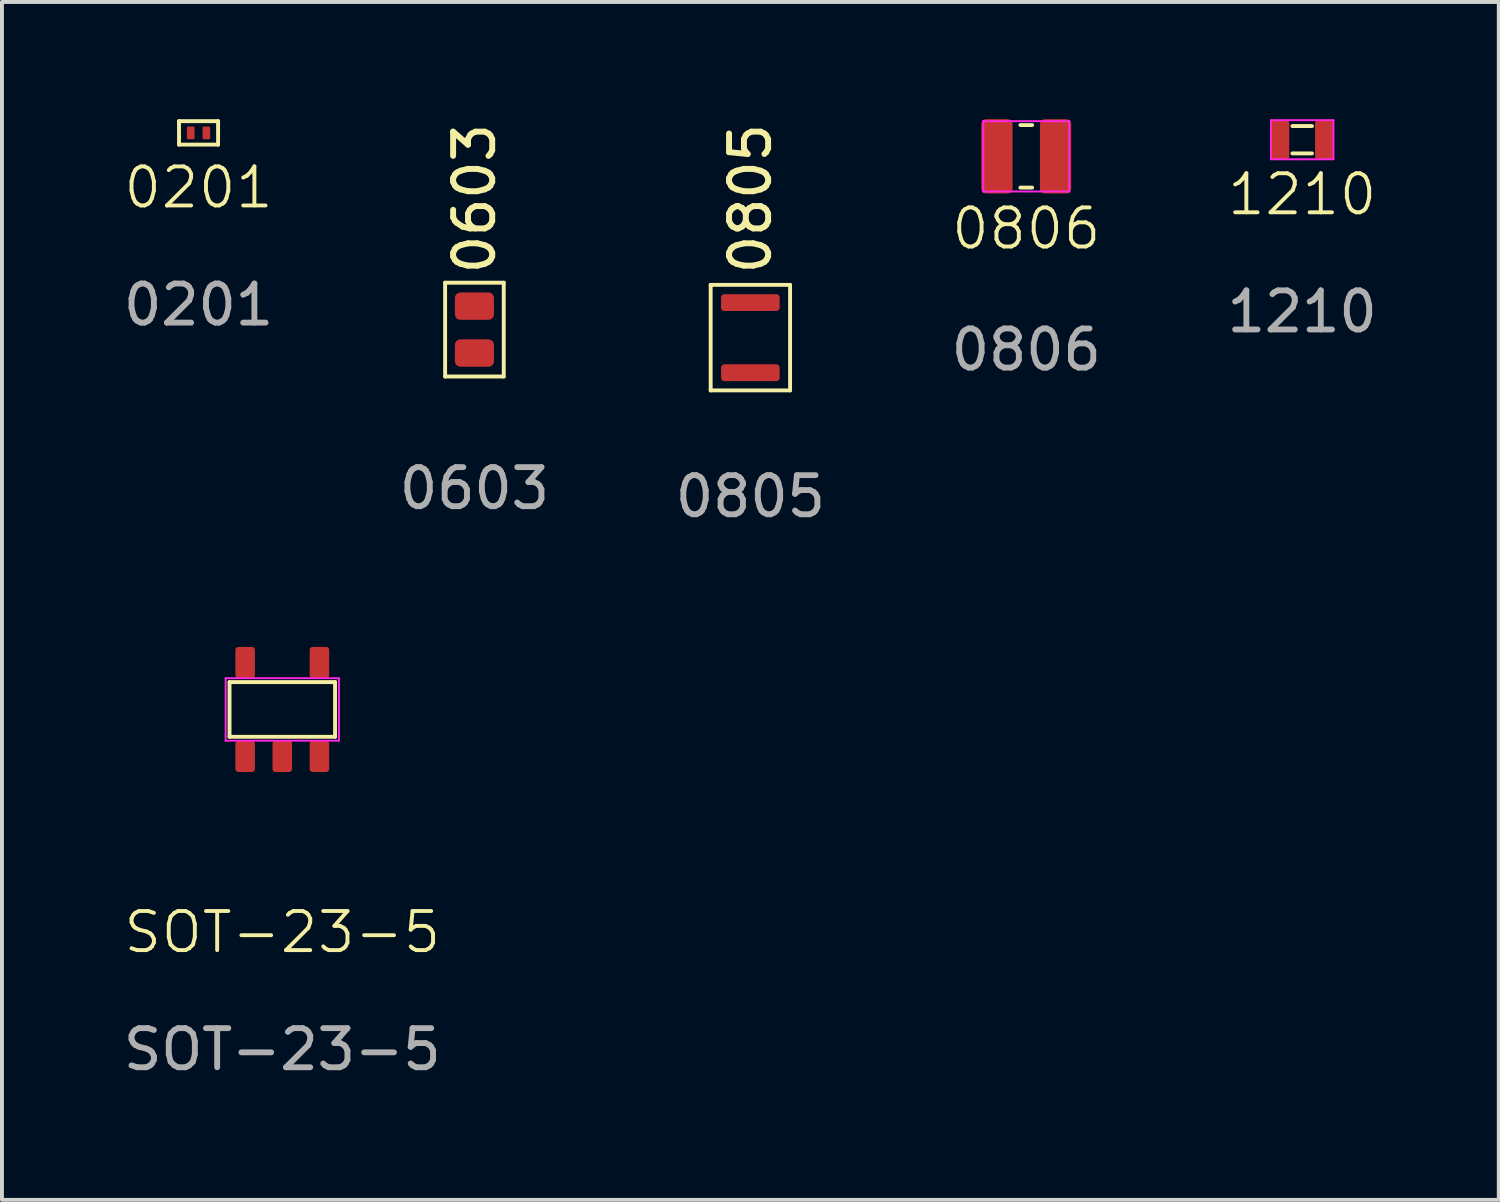
<source format=kicad_pcb>
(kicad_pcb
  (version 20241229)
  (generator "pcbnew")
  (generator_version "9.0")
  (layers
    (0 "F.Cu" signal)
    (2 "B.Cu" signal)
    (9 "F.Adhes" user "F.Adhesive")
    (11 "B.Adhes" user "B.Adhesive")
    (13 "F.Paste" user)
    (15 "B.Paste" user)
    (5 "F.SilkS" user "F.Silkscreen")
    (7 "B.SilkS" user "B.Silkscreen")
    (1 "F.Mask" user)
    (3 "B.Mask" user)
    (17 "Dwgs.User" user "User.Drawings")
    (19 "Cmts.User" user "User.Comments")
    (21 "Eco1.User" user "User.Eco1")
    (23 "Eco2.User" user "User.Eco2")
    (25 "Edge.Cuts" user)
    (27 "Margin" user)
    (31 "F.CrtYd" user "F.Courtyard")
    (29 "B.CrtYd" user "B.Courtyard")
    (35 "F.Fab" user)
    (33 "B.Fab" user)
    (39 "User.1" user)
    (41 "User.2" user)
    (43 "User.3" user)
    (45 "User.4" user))
  (footprint "SOT-23-5"
    (layer "F.Cu")
    (at 4.173 16.302)
    (property "Reference" "SOT-23-5" (at 0 4.5 0) (unlocked yes) (layer "F.SilkS") (effects (font (size 1 1) (thickness 0.1))))
    (attr smd)
    (fp_line (start -1.35 -1.9) (end 1.35 -1.9) (stroke (width 0.1) (type default)) (layer "F.SilkS"))
    (fp_line (start -1.35 -0.5) (end -1.35 -1.9) (stroke (width 0.1) (type default)) (layer "F.SilkS"))
    (fp_line (start 1.35 -1.9) (end 1.35 -0.5) (stroke (width 0.1) (type default)) (layer "F.SilkS"))
    (fp_line (start 1.35 -0.5) (end -1.35 -0.5) (stroke (width 0.1) (type default)) (layer "F.SilkS"))
    (fp_line (start -1.45 -2) (end 1.45 -2) (stroke (width 0.05) (type default)) (layer "F.CrtYd"))
    (fp_line (start -1.45 -0.4) (end -1.45 -2) (stroke (width 0.05) (type default)) (layer "F.CrtYd"))
    (fp_line (start -1.45 -0.4) (end 1.45 -0.4) (stroke (width 0.05) (type default)) (layer "F.CrtYd"))
    (fp_line (start 1.45 -0.4) (end 1.45 -2) (stroke (width 0.05) (type default)) (layer "F.CrtYd"))
    (fp_text user "${REFERENCE}" (at 0 7.5 0) (unlocked yes) (layer "F.Fab") (effects (font (size 1 1) (thickness 0.15))))
    (pad "1" smd roundrect (at -0.95 0) (size 0.5 0.8) (layers "F.Cu" "F.Mask" "F.Paste") (roundrect_rratio 0.15))
    (pad "2" smd roundrect (at 0 0) (size 0.5 0.8) (layers "F.Cu" "F.Mask" "F.Paste") (roundrect_rratio 0.15))
    (pad "3" smd roundrect (at 0.95 0) (size 0.5 0.8) (layers "F.Cu" "F.Mask" "F.Paste") (roundrect_rratio 0.15))
    (pad "4" smd roundrect (at 0.95 -2.4) (size 0.5 0.8) (layers "F.Cu" "F.Mask" "F.Paste") (roundrect_rratio 0.15))
    (pad "5" smd roundrect (at -0.95 -2.4) (size 0.5 0.8) (layers "F.Cu" "F.Mask" "F.Paste") (roundrect_rratio 0.15)))
  (footprint "0603"
    (layer "F.Cu")
    (at 9.089 5.383)
    (property "Reference" "0603" (at 0 -3.35 90) (unlocked yes) (layer "F.SilkS") (effects (font (size 1 1) (thickness 0.152))))
    (attr smd)
    (fp_line (start -0.75 -1.2) (end 0.75 -1.2) (stroke (width 0.1) (type default)) (layer "F.SilkS"))
    (fp_line (start -0.75 1.2) (end -0.75 -1.2) (stroke (width 0.1) (type default)) (layer "F.SilkS"))
    (fp_line (start 0.75 -1.2) (end 0.75 1.2) (stroke (width 0.1) (type default)) (layer "F.SilkS"))
    (fp_line (start 0.75 1.2) (end -0.75 1.2) (stroke (width 0.1) (type default)) (layer "F.SilkS"))
    (fp_text user "${REFERENCE}" (at 0 4.064 0) (unlocked yes) (layer "F.Fab") (effects (font (size 1 1) (thickness 0.15))))
    (pad "1" smd roundrect (at 0 0.6) (size 1 0.7) (layers "F.Cu" "F.Mask" "F.Paste") (roundrect_rratio 0.197))
    (pad "2" smd roundrect (at 0 -0.6) (size 1 0.7) (layers "F.Cu" "F.Mask" "F.Paste") (roundrect_rratio 0.197)))
  (footprint "0806"
    (layer "F.Cu")
    (at 23.208 0.95)
    (property "Reference" "0806" (at 0 1.85 0) (unlocked yes) (layer "F.SilkS") (effects (font (size 1 1) (thickness 0.1))))
    (attr smd)
    (fp_line (start -0.15 -0.8) (end 0.15 -0.8) (stroke (width 0.1) (type default)) (layer "F.SilkS"))
    (fp_line (start -0.15 0.8) (end 0.15 0.8) (stroke (width 0.1) (type default)) (layer "F.SilkS"))
    (fp_line (start -1.1 0.9) (end -1.1 -0.9) (stroke (width 0.05) (type default)) (layer "F.CrtYd"))
    (fp_line (start 0 -0.9) (end -1.1 -0.9) (stroke (width 0.05) (type solid)) (layer "F.CrtYd"))
    (fp_line (start 0 -0.9) (end 1.1 -0.9) (stroke (width 0.05) (type solid)) (layer "F.CrtYd"))
    (fp_line (start 0 0.9) (end -1.1 0.9) (stroke (width 0.05) (type solid)) (layer "F.CrtYd"))
    (fp_line (start 0 0.9) (end 1.1 0.9) (stroke (width 0.05) (type solid)) (layer "F.CrtYd"))
    (fp_line (start 1.1 -0.9) (end 1.1 0.9) (stroke (width 0.05) (type default)) (layer "F.CrtYd"))
    (fp_text user "${REFERENCE}" (at 0 4.95 0) (unlocked yes) (layer "F.Fab") (effects (font (size 1 1) (thickness 0.15))))
    (pad "1" smd roundrect (at -0.75 0) (size 0.8 1.9) (layers "F.Cu" "F.Mask" "F.Paste") (roundrect_rratio 0.15))
    (pad "2" smd roundrect (at 0.75 0) (size 0.8 1.9) (layers "F.Cu" "F.Mask" "F.Paste") (roundrect_rratio 0.15)))
  (footprint "0805"
    (layer "F.Cu")
    (at 16.149 5.589)
    (property "Reference" "0805" (at 0 -3.556 90) (unlocked yes) (layer "F.SilkS") (effects (font (size 1 1) (thickness 0.152))))
    (attr smd)
    (fp_line (start -1.016 -1.35) (end 1.016 -1.35) (stroke (width 0.1) (type default)) (layer "F.SilkS"))
    (fp_line (start -1.016 1.35) (end -1.016 -1.35) (stroke (width 0.1) (type default)) (layer "F.SilkS"))
    (fp_line (start 1.016 -1.35) (end 1.016 1.35) (stroke (width 0.1) (type default)) (layer "F.SilkS"))
    (fp_line (start 1.016 1.35) (end -1.016 1.35) (stroke (width 0.1) (type default)) (layer "F.SilkS"))
    (fp_text user "${REFERENCE}" (at 0 4.064 0) (unlocked yes) (layer "F.Fab") (effects (font (size 1 1) (thickness 0.15))))
    (pad "1" smd roundrect (at 0 0.897) (size 1.5 0.43) (layers "F.Cu" "F.Mask" "F.Paste") (roundrect_rratio 0.197))
    (pad "2" smd roundrect (at 0 -0.897) (size 1.5 0.43) (layers "F.Cu" "F.Mask" "F.Paste") (roundrect_rratio 0.197)))
  (footprint "1210"
    (layer "F.Cu")
    (at 30.268 0.525)
    (property "Reference" "1210" (at 0 1.4 0) (unlocked yes) (layer "F.SilkS") (effects (font (size 1 1) (thickness 0.1))))
    (attr smd)
    (fp_line (start -0.25 0.35) (end 0.25 0.35) (stroke (width 0.1) (type default)) (layer "F.SilkS"))
    (fp_line (start 0.25 -0.35) (end -0.25 -0.35) (stroke (width 0.1) (type default)) (layer "F.SilkS"))
    (fp_line (start -0.8 -0.5) (end 0.8 -0.5) (stroke (width 0.05) (type default)) (layer "F.CrtYd"))
    (fp_line (start -0.8 0.5) (end -0.8 -0.5) (stroke (width 0.05) (type default)) (layer "F.CrtYd"))
    (fp_line (start 0 0.5) (end -0.8 0.5) (stroke (width 0.05) (type default)) (layer "F.CrtYd"))
    (fp_line (start 0.8 -0.5) (end 0.8 0.5) (stroke (width 0.05) (type default)) (layer "F.CrtYd"))
    (fp_line (start 0.8 0.5) (end 0 0.5) (stroke (width 0.05) (type default)) (layer "F.CrtYd"))
    (fp_text user "${REFERENCE}" (at 0 4.4 0) (unlocked yes) (layer "F.Fab") (effects (font (size 1 1) (thickness 0.15))))
    (pad "1" smd roundrect (at -0.565 0) (size 0.47 1) (layers "F.Cu" "F.Mask" "F.Paste") (roundrect_rratio 0.15))
    (pad "2" smd roundrect (at 0.565 0) (size 0.47 1) (layers "F.Cu" "F.Mask" "F.Paste") (roundrect_rratio 0.15)))
  (footprint "0201"
    (layer "F.Cu")
    (at 2.03 0.35)
    (property "Reference" "0201" (at 0 1.4 0) (unlocked yes) (layer "F.SilkS") (effects (font (size 1 1) (thickness 0.1))))
    (attr smd)
    (fp_line (start -0.5 -0.3) (end -0.5 0.3) (stroke (width 0.1) (type default)) (layer "F.SilkS"))
    (fp_line (start -0.5 0.3) (end 0.5 0.3) (stroke (width 0.1) (type default)) (layer "F.SilkS"))
    (fp_line (start 0.5 -0.3) (end -0.5 -0.3) (stroke (width 0.1) (type default)) (layer "F.SilkS"))
    (fp_line (start 0.5 0.3) (end 0.5 -0.3) (stroke (width 0.1) (type default)) (layer "F.SilkS"))
    (fp_text user "${REFERENCE}" (at 0 4.4 0) (unlocked yes) (layer "F.Fab") (effects (font (size 1 1) (thickness 0.15))))
    (pad "1" smd roundrect (at -0.2 0) (size 0.195 0.325) (layers "F.Cu" "F.Mask" "F.Paste") (roundrect_rratio 0.15))
    (pad "2" smd roundrect (at 0.2 0) (size 0.195 0.325) (layers "F.Cu" "F.Mask" "F.Paste") (roundrect_rratio 0.15)))
  (gr_rect
    (start -3 -3)
    (end 35.298 27.65)
    (stroke (width 0.1) (type default))
    (fill no)
    (layer "Edge.Cuts")))
</source>
